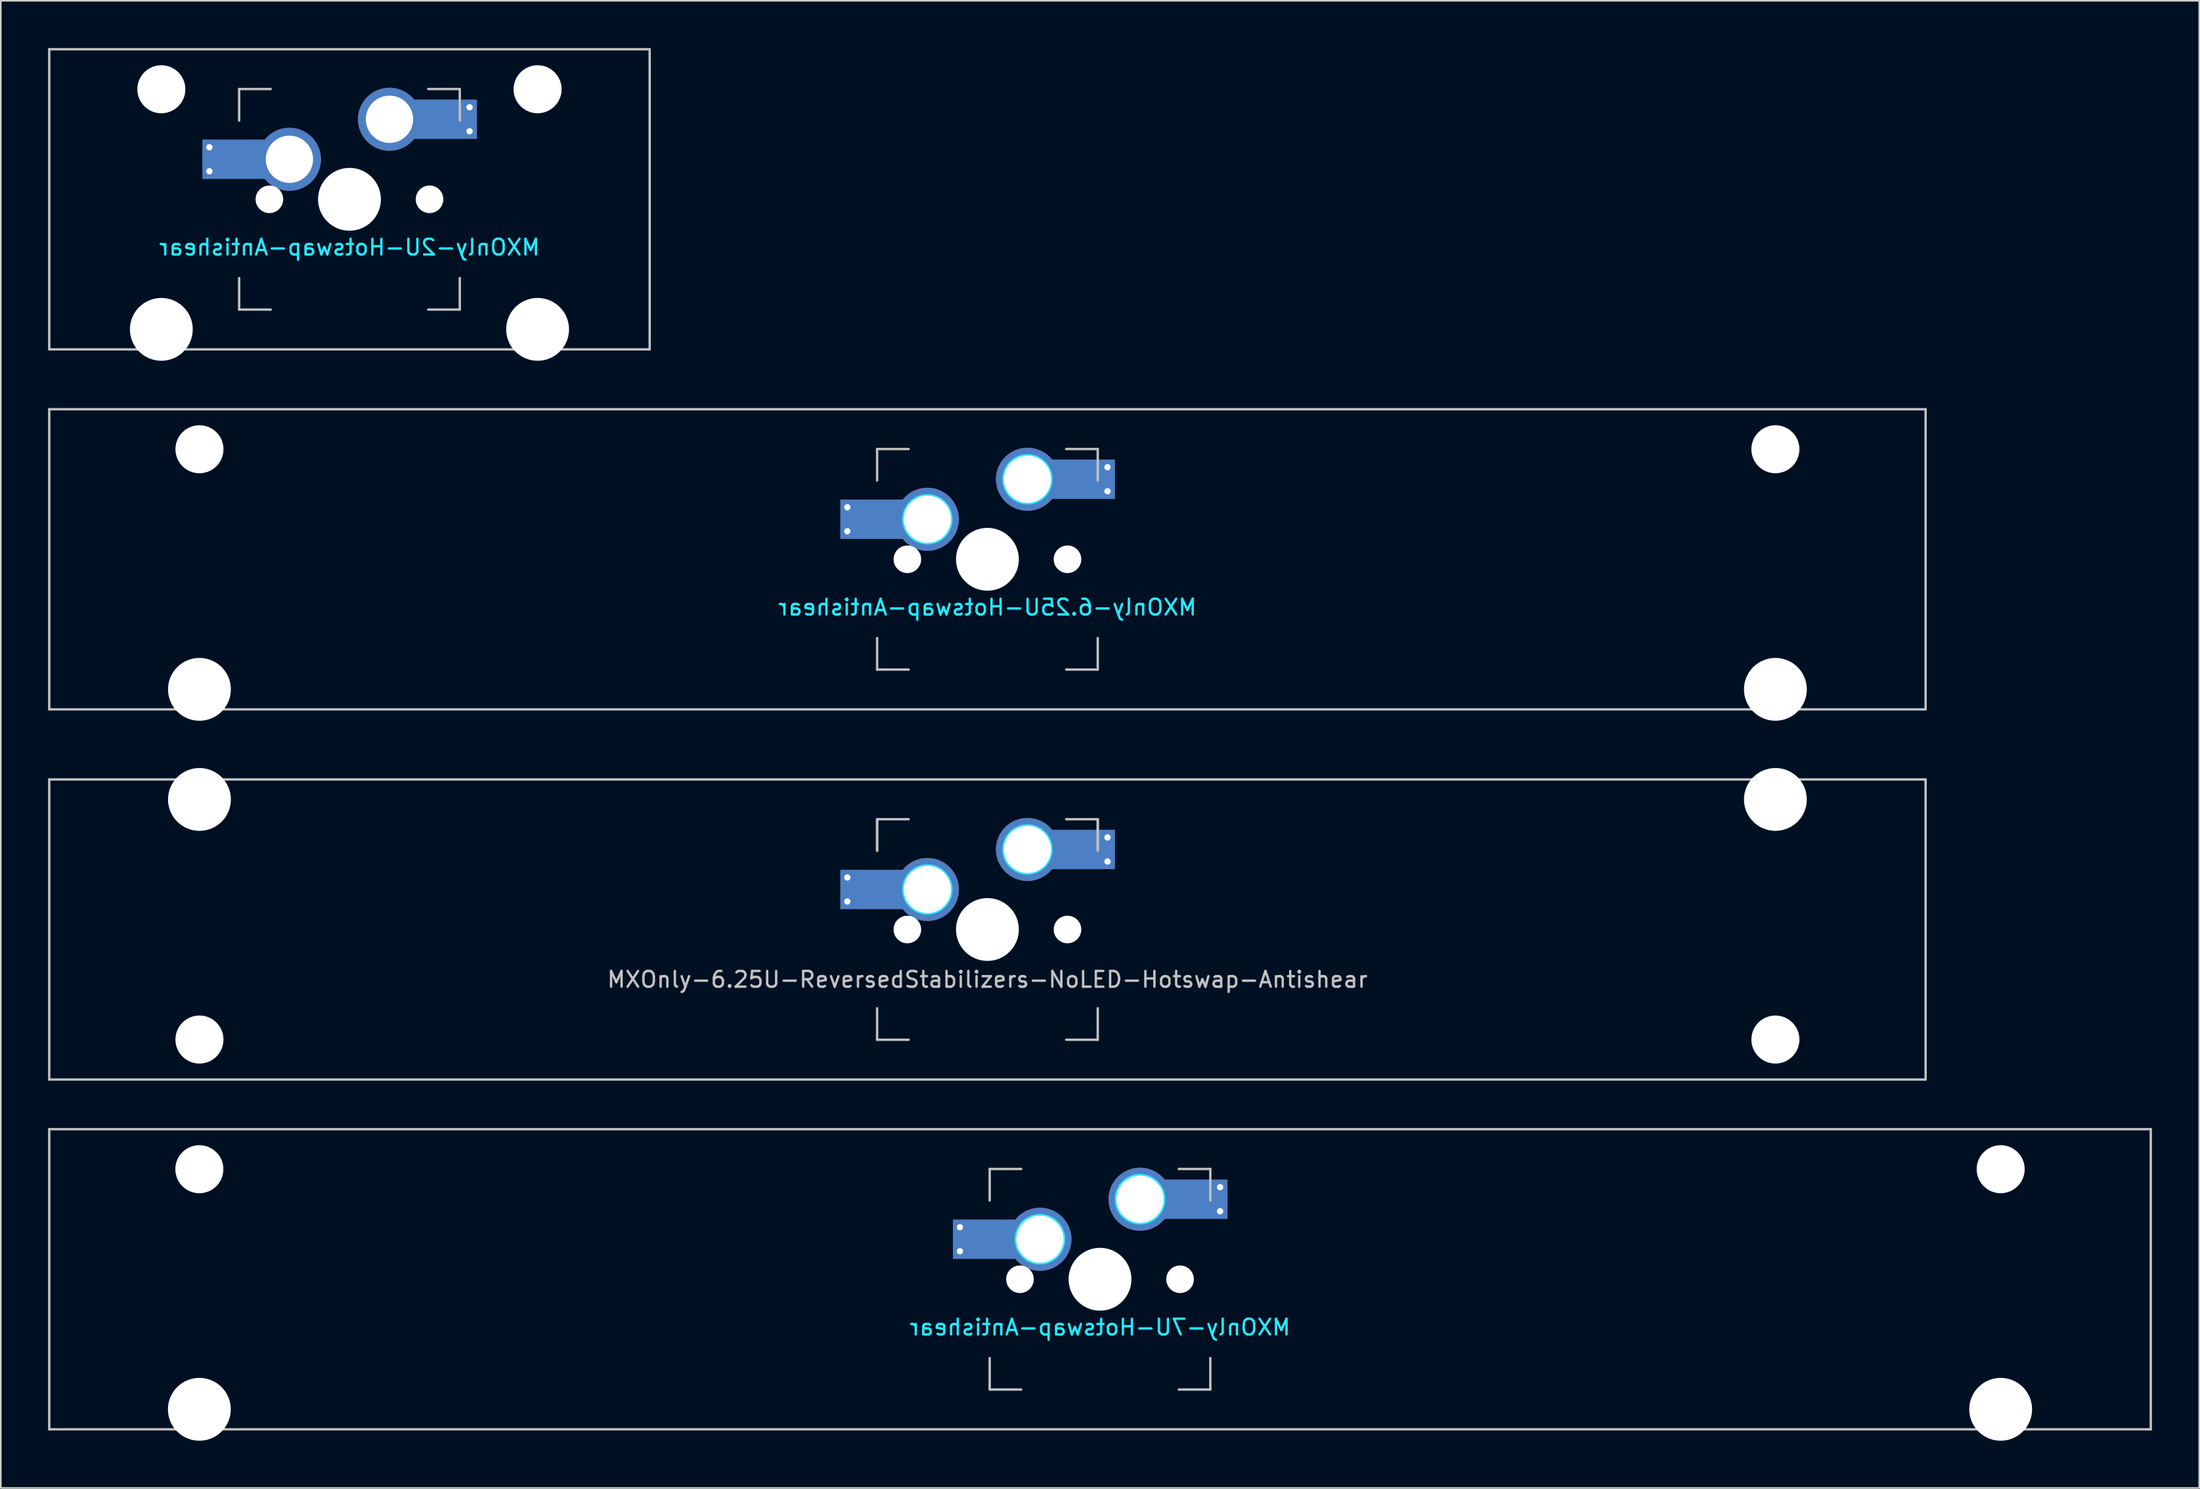
<source format=kicad_pcb>
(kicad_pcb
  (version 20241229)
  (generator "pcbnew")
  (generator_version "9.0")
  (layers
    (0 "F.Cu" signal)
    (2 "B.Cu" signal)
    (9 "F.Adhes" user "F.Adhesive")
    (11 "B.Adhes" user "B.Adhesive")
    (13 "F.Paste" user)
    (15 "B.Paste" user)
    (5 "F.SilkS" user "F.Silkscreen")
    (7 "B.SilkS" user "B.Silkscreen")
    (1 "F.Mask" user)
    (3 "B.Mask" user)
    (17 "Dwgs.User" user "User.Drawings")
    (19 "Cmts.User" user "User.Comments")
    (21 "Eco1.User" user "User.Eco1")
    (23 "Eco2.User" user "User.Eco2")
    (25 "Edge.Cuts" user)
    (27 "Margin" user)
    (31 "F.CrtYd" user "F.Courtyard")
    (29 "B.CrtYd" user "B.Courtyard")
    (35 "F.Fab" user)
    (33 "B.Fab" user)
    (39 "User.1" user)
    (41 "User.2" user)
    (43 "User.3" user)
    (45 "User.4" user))
  (footprint "MXOnly-6.25U-Hotswap-Antishear"
    (layer "F.Cu")
    (at 59.606 32.449)
    (property "Reference" "MXOnly-6.25U-Hotswap-Antishear" (at 0 3.048 0) (layer "B.CrtYd") (effects (font (size 1 1) (thickness 0.15)) (justify mirror)))
    (attr smd)
    (fp_line (start -59.531 -9.525) (end 59.531 -9.525) (stroke (width 0.15) (type solid)) (layer "Dwgs.User"))
    (fp_line (start -59.531 9.525) (end -59.531 -9.525) (stroke (width 0.15) (type solid)) (layer "Dwgs.User"))
    (fp_line (start -7 -7) (end -7 -5) (stroke (width 0.15) (type solid)) (layer "Dwgs.User"))
    (fp_line (start -7 5) (end -7 7) (stroke (width 0.15) (type solid)) (layer "Dwgs.User"))
    (fp_line (start -7 7) (end -5 7) (stroke (width 0.15) (type solid)) (layer "Dwgs.User"))
    (fp_line (start -5 -7) (end -7 -7) (stroke (width 0.15) (type solid)) (layer "Dwgs.User"))
    (fp_line (start 5 -7) (end 7 -7) (stroke (width 0.15) (type solid)) (layer "Dwgs.User"))
    (fp_line (start 5 7) (end 7 7) (stroke (width 0.15) (type solid)) (layer "Dwgs.User"))
    (fp_line (start 7 -7) (end 7 -5) (stroke (width 0.15) (type solid)) (layer "Dwgs.User"))
    (fp_line (start 7 7) (end 7 5) (stroke (width 0.15) (type solid)) (layer "Dwgs.User"))
    (fp_line (start 59.531 -9.525) (end 59.531 9.525) (stroke (width 0.15) (type solid)) (layer "Dwgs.User"))
    (fp_line (start 59.531 9.525) (end -59.531 9.525) (stroke (width 0.15) (type solid)) (layer "Dwgs.User"))
    (fp_circle (center -3.81 -2.54) (end -3.81 -4.064) (stroke (width 0.15) (type solid)) (fill no) (layer "B.CrtYd"))
    (fp_circle (center 2.54 -5.08) (end 2.54 -6.604) (stroke (width 0.15) (type solid)) (fill no) (layer "B.CrtYd"))
    (pad "" np_thru_hole circle (at -50 -6.985) (size 3.048 3.048) (drill 3.048) (layers "*.Cu" "*.Mask"))
    (pad "" np_thru_hole circle (at -50 8.255) (size 3.988 3.988) (drill 3.988) (layers "*.Cu" "*.Mask"))
    (pad "" smd rect (at -7.085 -2.54) (size 2.55 2.5) (layers "B.Mask" "B.Paste"))
    (pad "" np_thru_hole circle (at -5.08 0 48.1) (size 1.75 1.75) (drill 1.75) (layers "*.Cu" "*.Mask"))
    (pad "" np_thru_hole circle (at 0 0) (size 3.988 3.988) (drill 3.988) (layers "*.Cu" "*.Mask"))
    (pad "" np_thru_hole circle (at 5.08 0 48.1) (size 1.75 1.75) (drill 1.75) (layers "*.Cu" "*.Mask"))
    (pad "" smd rect (at 5.815 -5.08) (size 2.55 2.5) (layers "B.Mask" "B.Paste"))
    (pad "" np_thru_hole circle (at 50 -6.985) (size 3.048 3.048) (drill 3.048) (layers "*.Cu" "*.Mask"))
    (pad "" np_thru_hole circle (at 50 8.255) (size 3.988 3.988) (drill 3.988) (layers "*.Cu" "*.Mask"))
    (pad "1" thru_hole circle (at -8.89 -3.302) (size 0.8 0.8) (drill 0.4) (layers "*.Cu"))
    (pad "1" thru_hole circle (at -8.89 -1.778) (size 0.8 0.8) (drill 0.4) (layers "*.Cu"))
    (pad "1" smd rect (at -7.085 -2.54) (size 4.5 2.5) (layers "B.Cu"))
    (pad "1" thru_hole circle (at -3.81 -2.54) (size 4 4) (drill 3) (layers "*.Cu"))
    (pad "2" thru_hole circle (at 2.54 -5.08) (size 4 4) (drill 3) (layers "*.Cu"))
    (pad "2" smd rect (at 5.842 -5.08) (size 4.5 2.5) (layers "B.Cu"))
    (pad "2" thru_hole circle (at 7.62 -5.842) (size 0.8 0.8) (drill 0.4) (layers "*.Cu"))
    (pad "2" thru_hole circle (at 7.62 -4.318) (size 0.8 0.8) (drill 0.4) (layers "*.Cu")))
  (footprint "MXOnly-6.25U-ReversedStabilizers-NoLED-Hotswap-Antishear"
    (layer "F.Cu")
    (at 59.606 55.947)
    (property "Reference" "MXOnly-6.25U-ReversedStabilizers-NoLED-Hotswap-Antishear" (at 0 3.175 0) (layer "Dwgs.User") (effects (font (size 1 1) (thickness 0.15))))
    (attr through_hole)
    (fp_line (start -59.531 -9.525) (end 59.531 -9.525) (stroke (width 0.15) (type solid)) (layer "Dwgs.User"))
    (fp_line (start -59.531 9.525) (end -59.531 -9.525) (stroke (width 0.15) (type solid)) (layer "Dwgs.User"))
    (fp_line (start -59.531 9.525) (end 59.531 9.525) (stroke (width 0.15) (type solid)) (layer "Dwgs.User"))
    (fp_line (start -7 -7) (end -7 -5) (stroke (width 0.15) (type solid)) (layer "Dwgs.User"))
    (fp_line (start -7 -7) (end -7 -5) (stroke (width 0.15) (type solid)) (layer "Dwgs.User"))
    (fp_line (start -7 5) (end -7 7) (stroke (width 0.15) (type solid)) (layer "Dwgs.User"))
    (fp_line (start -7 7) (end -5 7) (stroke (width 0.15) (type solid)) (layer "Dwgs.User"))
    (fp_line (start -5 -7) (end -7 -7) (stroke (width 0.15) (type solid)) (layer "Dwgs.User"))
    (fp_line (start 5 -7) (end 7 -7) (stroke (width 0.15) (type solid)) (layer "Dwgs.User"))
    (fp_line (start 5 7) (end 7 7) (stroke (width 0.15) (type solid)) (layer "Dwgs.User"))
    (fp_line (start 7 -7) (end 7 -5) (stroke (width 0.15) (type solid)) (layer "Dwgs.User"))
    (fp_line (start 7 -7) (end 7 -5) (stroke (width 0.15) (type solid)) (layer "Dwgs.User"))
    (fp_line (start 7 7) (end 7 5) (stroke (width 0.15) (type solid)) (layer "Dwgs.User"))
    (fp_line (start 59.531 -9.525) (end 59.531 9.525) (stroke (width 0.15) (type solid)) (layer "Dwgs.User"))
    (fp_circle (center -3.81 -2.54) (end -3.81 -4.064) (stroke (width 0.15) (type solid)) (fill no) (layer "B.CrtYd"))
    (fp_circle (center 2.54 -5.08) (end 2.54 -6.604) (stroke (width 0.15) (type solid)) (fill no) (layer "B.CrtYd"))
    (pad "" np_thru_hole circle (at -50 -8.255) (size 3.988 3.988) (drill 3.988) (layers "*.Cu" "*.Mask"))
    (pad "" np_thru_hole circle (at -50 6.985) (size 3.048 3.048) (drill 3.048) (layers "*.Cu" "*.Mask"))
    (pad "" smd rect (at -7.085 -2.54) (size 2.55 2.5) (layers "B.Mask" "B.Paste"))
    (pad "" np_thru_hole circle (at -5.08 0 48.1) (size 1.75 1.75) (drill 1.75) (layers "*.Cu" "*.Mask"))
    (pad "" np_thru_hole circle (at 0 0) (size 3.988 3.988) (drill 3.988) (layers "*.Cu" "*.Mask"))
    (pad "" np_thru_hole circle (at 5.08 0 48.1) (size 1.75 1.75) (drill 1.75) (layers "*.Cu" "*.Mask"))
    (pad "" smd rect (at 5.815 -5.08) (size 2.55 2.5) (layers "B.Mask" "B.Paste"))
    (pad "" np_thru_hole circle (at 50 -8.255) (size 3.988 3.988) (drill 3.988) (layers "*.Cu" "*.Mask"))
    (pad "" np_thru_hole circle (at 50 6.985) (size 3.048 3.048) (drill 3.048) (layers "*.Cu" "*.Mask"))
    (pad "1" thru_hole circle (at -8.89 -3.302) (size 0.8 0.8) (drill 0.4) (layers "*.Cu"))
    (pad "1" thru_hole circle (at -8.89 -1.778) (size 0.8 0.8) (drill 0.4) (layers "*.Cu"))
    (pad "1" smd rect (at -7.085 -2.54) (size 4.5 2.5) (layers "B.Cu"))
    (pad "1" thru_hole circle (at -3.81 -2.54) (size 4 4) (drill 3) (layers "*.Cu"))
    (pad "2" thru_hole circle (at 2.54 -5.08) (size 4 4) (drill 3) (layers "*.Cu"))
    (pad "2" smd rect (at 5.842 -5.08) (size 4.5 2.5) (layers "B.Cu"))
    (pad "2" thru_hole circle (at 7.62 -5.842) (size 0.8 0.8) (drill 0.4) (layers "*.Cu"))
    (pad "2" thru_hole circle (at 7.62 -4.318) (size 0.8 0.8) (drill 0.4) (layers "*.Cu")))
  (footprint "MXOnly-7U-Hotswap-Antishear"
    (layer "F.Cu")
    (at 66.75 78.147)
    (property "Reference" "MXOnly-7U-Hotswap-Antishear" (at 0 3.048 0) (layer "B.CrtYd") (effects (font (size 1 1) (thickness 0.15)) (justify mirror)))
    (attr smd)
    (fp_line (start -66.675 -9.525) (end 66.675 -9.525) (stroke (width 0.15) (type solid)) (layer "Dwgs.User"))
    (fp_line (start -66.675 9.525) (end -66.675 -9.525) (stroke (width 0.15) (type solid)) (layer "Dwgs.User"))
    (fp_line (start -7 -7) (end -7 -5) (stroke (width 0.15) (type solid)) (layer "Dwgs.User"))
    (fp_line (start -7 5) (end -7 7) (stroke (width 0.15) (type solid)) (layer "Dwgs.User"))
    (fp_line (start -7 7) (end -5 7) (stroke (width 0.15) (type solid)) (layer "Dwgs.User"))
    (fp_line (start -5 -7) (end -7 -7) (stroke (width 0.15) (type solid)) (layer "Dwgs.User"))
    (fp_line (start 5 -7) (end 7 -7) (stroke (width 0.15) (type solid)) (layer "Dwgs.User"))
    (fp_line (start 5 7) (end 7 7) (stroke (width 0.15) (type solid)) (layer "Dwgs.User"))
    (fp_line (start 7 -7) (end 7 -5) (stroke (width 0.15) (type solid)) (layer "Dwgs.User"))
    (fp_line (start 7 7) (end 7 5) (stroke (width 0.15) (type solid)) (layer "Dwgs.User"))
    (fp_line (start 66.675 -9.525) (end 66.675 9.525) (stroke (width 0.15) (type solid)) (layer "Dwgs.User"))
    (fp_line (start 66.675 9.525) (end -66.675 9.525) (stroke (width 0.15) (type solid)) (layer "Dwgs.User"))
    (fp_circle (center -3.81 -2.54) (end -3.81 -4.064) (stroke (width 0.15) (type solid)) (fill no) (layer "B.CrtYd"))
    (fp_circle (center -3.81 -2.54) (end -3.81 -4.064) (stroke (width 0.15) (type solid)) (fill no) (layer "B.CrtYd"))
    (fp_circle (center 2.54 -5.08) (end 2.54 -6.604) (stroke (width 0.15) (type solid)) (fill no) (layer "B.CrtYd"))
    (fp_circle (center 2.54 -5.08) (end 2.54 -6.604) (stroke (width 0.15) (type solid)) (fill no) (layer "B.CrtYd"))
    (pad "" np_thru_hole circle (at -57.15 -6.985) (size 3.048 3.048) (drill 3.048) (layers "*.Cu" "*.Mask"))
    (pad "" np_thru_hole circle (at -57.15 8.255) (size 3.988 3.988) (drill 3.988) (layers "*.Cu" "*.Mask"))
    (pad "" smd rect (at -7.085 -2.54) (size 2.55 2.5) (layers "B.Mask" "B.Paste"))
    (pad "" np_thru_hole circle (at -5.08 0 48.1) (size 1.75 1.75) (drill 1.75) (layers "*.Cu" "*.Mask"))
    (pad "" np_thru_hole circle (at 0 0) (size 3.988 3.988) (drill 3.988) (layers "*.Cu" "*.Mask"))
    (pad "" np_thru_hole circle (at 5.08 0 48.1) (size 1.75 1.75) (drill 1.75) (layers "*.Cu" "*.Mask"))
    (pad "" smd rect (at 5.815 -5.08) (size 2.55 2.5) (layers "B.Mask" "B.Paste"))
    (pad "" np_thru_hole circle (at 57.15 -6.985) (size 3.048 3.048) (drill 3.048) (layers "*.Cu" "*.Mask"))
    (pad "" np_thru_hole circle (at 57.15 8.255) (size 3.988 3.988) (drill 3.988) (layers "*.Cu" "*.Mask"))
    (pad "1" thru_hole circle (at -8.89 -3.302) (size 0.8 0.8) (drill 0.4) (layers "*.Cu"))
    (pad "1" thru_hole circle (at -8.89 -1.778) (size 0.8 0.8) (drill 0.4) (layers "*.Cu"))
    (pad "1" smd rect (at -7.085 -2.54) (size 4.5 2.5) (layers "B.Cu"))
    (pad "1" thru_hole circle (at -3.81 -2.54) (size 4 4) (drill 3) (layers "*.Cu"))
    (pad "2" thru_hole circle (at 2.54 -5.08) (size 4 4) (drill 3) (layers "*.Cu"))
    (pad "2" smd rect (at 5.842 -5.08) (size 4.5 2.5) (layers "B.Cu"))
    (pad "2" thru_hole circle (at 7.62 -5.842) (size 0.8 0.8) (drill 0.4) (layers "*.Cu"))
    (pad "2" thru_hole circle (at 7.62 -4.318) (size 0.8 0.8) (drill 0.4) (layers "*.Cu")))
  (footprint "MXOnly-2U-Hotswap-Antishear"
    (layer "F.Cu")
    (at 19.125 9.6)
    (property "Reference" "MXOnly-2U-Hotswap-Antishear" (at 0 3.048 0) (layer "B.CrtYd") (effects (font (size 1 1) (thickness 0.15)) (justify mirror)))
    (attr smd)
    (fp_line (start -19.05 -9.525) (end 19.05 -9.525) (stroke (width 0.15) (type solid)) (layer "Dwgs.User"))
    (fp_line (start -19.05 9.525) (end -19.05 -9.525) (stroke (width 0.15) (type solid)) (layer "Dwgs.User"))
    (fp_line (start -7 -7) (end -7 -5) (stroke (width 0.15) (type solid)) (layer "Dwgs.User"))
    (fp_line (start -7 5) (end -7 7) (stroke (width 0.15) (type solid)) (layer "Dwgs.User"))
    (fp_line (start -7 7) (end -5 7) (stroke (width 0.15) (type solid)) (layer "Dwgs.User"))
    (fp_line (start -5 -7) (end -7 -7) (stroke (width 0.15) (type solid)) (layer "Dwgs.User"))
    (fp_line (start 5 -7) (end 7 -7) (stroke (width 0.15) (type solid)) (layer "Dwgs.User"))
    (fp_line (start 5 7) (end 7 7) (stroke (width 0.15) (type solid)) (layer "Dwgs.User"))
    (fp_line (start 7 -7) (end 7 -5) (stroke (width 0.15) (type solid)) (layer "Dwgs.User"))
    (fp_line (start 7 7) (end 7 5) (stroke (width 0.15) (type solid)) (layer "Dwgs.User"))
    (fp_line (start 19.05 -9.525) (end 19.05 9.525) (stroke (width 0.15) (type solid)) (layer "Dwgs.User"))
    (fp_line (start 19.05 9.525) (end -19.05 9.525) (stroke (width 0.15) (type solid)) (layer "Dwgs.User"))
    (pad "" np_thru_hole circle (at -11.938 -6.985) (size 3.048 3.048) (drill 3.048) (layers "*.Cu" "*.Mask"))
    (pad "" np_thru_hole circle (at -11.938 8.255) (size 3.988 3.988) (drill 3.988) (layers "*.Cu" "*.Mask"))
    (pad "" smd rect (at -7.085 -2.54) (size 2.55 2.5) (layers "B.Mask" "B.Paste"))
    (pad "" np_thru_hole circle (at -5.08 0 48.1) (size 1.75 1.75) (drill 1.75) (layers "*.Cu" "*.Mask"))
    (pad "" np_thru_hole circle (at 0 0) (size 3.988 3.988) (drill 3.988) (layers "*.Cu" "*.Mask"))
    (pad "" np_thru_hole circle (at 5.08 0 48.1) (size 1.75 1.75) (drill 1.75) (layers "*.Cu" "*.Mask"))
    (pad "" smd rect (at 5.815 -5.08) (size 2.55 2.5) (layers "B.Mask" "B.Paste"))
    (pad "" np_thru_hole circle (at 11.938 -6.985) (size 3.048 3.048) (drill 3.048) (layers "*.Cu" "*.Mask"))
    (pad "" np_thru_hole circle (at 11.938 8.255) (size 3.988 3.988) (drill 3.988) (layers "*.Cu" "*.Mask"))
    (pad "1" thru_hole circle (at -8.89 -3.302) (size 0.8 0.8) (drill 0.4) (layers "*.Cu"))
    (pad "1" thru_hole circle (at -8.89 -1.778) (size 0.8 0.8) (drill 0.4) (layers "*.Cu"))
    (pad "1" smd rect (at -7.085 -2.54) (size 4.5 2.5) (layers "B.Cu"))
    (pad "1" thru_hole circle (at -3.81 -2.54) (size 4 4) (drill 3) (layers "*.Cu"))
    (pad "2" thru_hole circle (at 2.54 -5.08) (size 4 4) (drill 3) (layers "*.Cu"))
    (pad "2" smd rect (at 5.842 -5.08) (size 4.5 2.5) (layers "B.Cu"))
    (pad "2" thru_hole circle (at 7.62 -5.842) (size 0.8 0.8) (drill 0.4) (layers "*.Cu"))
    (pad "2" thru_hole circle (at 7.62 -4.318) (size 0.8 0.8) (drill 0.4) (layers "*.Cu")))
  (gr_rect
    (start -3 -3)
    (end 136.5 91.396)
    (stroke (width 0.1) (type default))
    (fill no)
    (layer "Edge.Cuts")))
</source>
